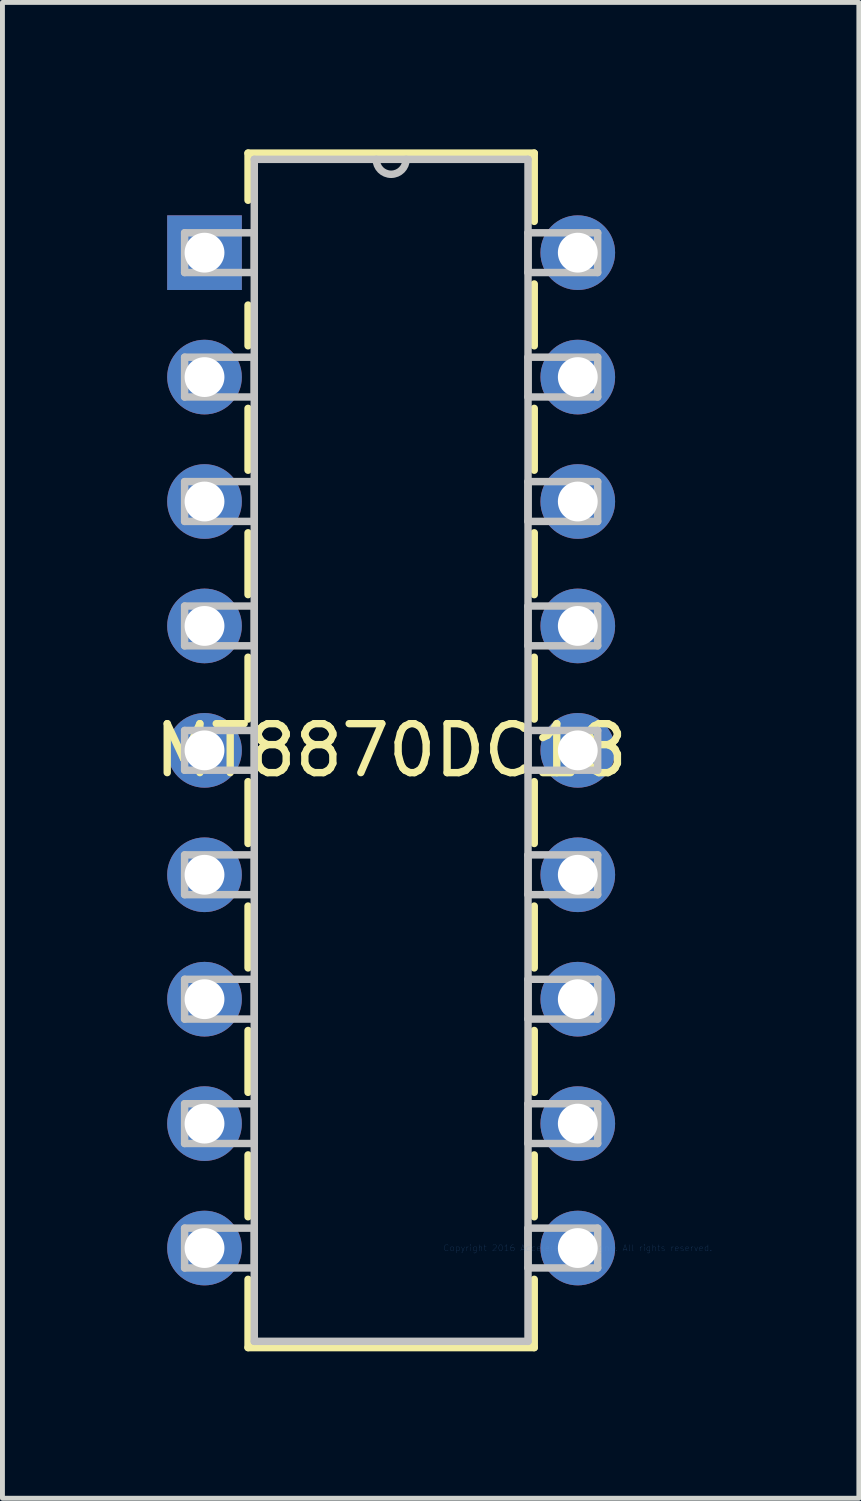
<source format=kicad_pcb>
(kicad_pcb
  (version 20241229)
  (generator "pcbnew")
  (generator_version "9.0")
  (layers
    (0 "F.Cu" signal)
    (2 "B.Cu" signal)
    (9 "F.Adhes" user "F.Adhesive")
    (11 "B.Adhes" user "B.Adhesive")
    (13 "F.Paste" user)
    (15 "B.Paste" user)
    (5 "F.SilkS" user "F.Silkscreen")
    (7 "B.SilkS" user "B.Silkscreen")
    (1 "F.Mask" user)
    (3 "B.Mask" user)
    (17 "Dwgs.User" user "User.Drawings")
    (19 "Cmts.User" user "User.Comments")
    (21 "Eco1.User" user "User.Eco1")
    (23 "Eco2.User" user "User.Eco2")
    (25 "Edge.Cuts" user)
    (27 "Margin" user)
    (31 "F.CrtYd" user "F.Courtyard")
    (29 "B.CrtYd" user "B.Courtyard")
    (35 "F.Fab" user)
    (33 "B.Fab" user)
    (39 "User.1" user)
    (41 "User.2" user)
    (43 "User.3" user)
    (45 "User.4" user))
  (footprint "MT8870DC18"
    (layer "F.Cu")
    (at 8.745 22.428)
    (property "Reference" "MT8870DC18" (at -3.81 -10.16 0) (layer "F.SilkS") (effects (font (size 1 1) (thickness 0.15))))
    (attr through_hole)
    (fp_line (start -6.731 -22.352) (end -6.731 -21.39) (stroke (width 0.152) (type solid)) (layer "F.SilkS"))
    (fp_line (start -6.731 -19.25) (end -6.731 -18.419) (stroke (width 0.152) (type solid)) (layer "F.SilkS"))
    (fp_line (start -6.731 -17.141) (end -6.731 -15.879) (stroke (width 0.152) (type solid)) (layer "F.SilkS"))
    (fp_line (start -6.731 -14.601) (end -6.731 -13.339) (stroke (width 0.152) (type solid)) (layer "F.SilkS"))
    (fp_line (start -6.731 -12.061) (end -6.731 -10.799) (stroke (width 0.152) (type solid)) (layer "F.SilkS"))
    (fp_line (start -6.731 -9.521) (end -6.731 -8.259) (stroke (width 0.152) (type solid)) (layer "F.SilkS"))
    (fp_line (start -6.731 -6.981) (end -6.731 -5.719) (stroke (width 0.152) (type solid)) (layer "F.SilkS"))
    (fp_line (start -6.731 -4.441) (end -6.731 -3.179) (stroke (width 0.152) (type solid)) (layer "F.SilkS"))
    (fp_line (start -6.731 -1.901) (end -6.731 -0.639) (stroke (width 0.152) (type solid)) (layer "F.SilkS"))
    (fp_line (start -6.731 0.639) (end -6.731 2.032) (stroke (width 0.152) (type solid)) (layer "F.SilkS"))
    (fp_line (start -6.731 2.032) (end -0.889 2.032) (stroke (width 0.152) (type solid)) (layer "F.SilkS"))
    (fp_line (start -0.889 -22.352) (end -6.731 -22.352) (stroke (width 0.152) (type solid)) (layer "F.SilkS"))
    (fp_line (start -0.889 -20.959) (end -0.889 -22.352) (stroke (width 0.152) (type solid)) (layer "F.SilkS"))
    (fp_line (start -0.889 -18.419) (end -0.889 -19.681) (stroke (width 0.152) (type solid)) (layer "F.SilkS"))
    (fp_line (start -0.889 -15.879) (end -0.889 -17.141) (stroke (width 0.152) (type solid)) (layer "F.SilkS"))
    (fp_line (start -0.889 -13.339) (end -0.889 -14.601) (stroke (width 0.152) (type solid)) (layer "F.SilkS"))
    (fp_line (start -0.889 -10.799) (end -0.889 -12.061) (stroke (width 0.152) (type solid)) (layer "F.SilkS"))
    (fp_line (start -0.889 -8.259) (end -0.889 -9.521) (stroke (width 0.152) (type solid)) (layer "F.SilkS"))
    (fp_line (start -0.889 -5.719) (end -0.889 -6.981) (stroke (width 0.152) (type solid)) (layer "F.SilkS"))
    (fp_line (start -0.889 -3.179) (end -0.889 -4.441) (stroke (width 0.152) (type solid)) (layer "F.SilkS"))
    (fp_line (start -0.889 -0.639) (end -0.889 -1.901) (stroke (width 0.152) (type solid)) (layer "F.SilkS"))
    (fp_line (start -0.889 2.032) (end -0.889 0.639) (stroke (width 0.152) (type solid)) (layer "F.SilkS"))
    (fp_line (start -8.026 -20.726) (end -8.026 -19.914) (stroke (width 0.152) (type solid)) (layer "Dwgs.User"))
    (fp_line (start -8.026 -19.914) (end -6.604 -19.914) (stroke (width 0.152) (type solid)) (layer "Dwgs.User"))
    (fp_line (start -8.026 -18.186) (end -8.026 -17.374) (stroke (width 0.152) (type solid)) (layer "Dwgs.User"))
    (fp_line (start -8.026 -17.374) (end -6.604 -17.374) (stroke (width 0.152) (type solid)) (layer "Dwgs.User"))
    (fp_line (start -8.026 -15.646) (end -8.026 -14.834) (stroke (width 0.152) (type solid)) (layer "Dwgs.User"))
    (fp_line (start -8.026 -14.834) (end -6.604 -14.834) (stroke (width 0.152) (type solid)) (layer "Dwgs.User"))
    (fp_line (start -8.026 -13.106) (end -8.026 -12.294) (stroke (width 0.152) (type solid)) (layer "Dwgs.User"))
    (fp_line (start -8.026 -12.294) (end -6.604 -12.294) (stroke (width 0.152) (type solid)) (layer "Dwgs.User"))
    (fp_line (start -8.026 -10.566) (end -8.026 -9.754) (stroke (width 0.152) (type solid)) (layer "Dwgs.User"))
    (fp_line (start -8.026 -9.754) (end -6.604 -9.754) (stroke (width 0.152) (type solid)) (layer "Dwgs.User"))
    (fp_line (start -8.026 -8.026) (end -8.026 -7.214) (stroke (width 0.152) (type solid)) (layer "Dwgs.User"))
    (fp_line (start -8.026 -7.214) (end -6.604 -7.214) (stroke (width 0.152) (type solid)) (layer "Dwgs.User"))
    (fp_line (start -8.026 -5.486) (end -8.026 -4.674) (stroke (width 0.152) (type solid)) (layer "Dwgs.User"))
    (fp_line (start -8.026 -4.674) (end -6.604 -4.674) (stroke (width 0.152) (type solid)) (layer "Dwgs.User"))
    (fp_line (start -8.026 -2.946) (end -8.026 -2.134) (stroke (width 0.152) (type solid)) (layer "Dwgs.User"))
    (fp_line (start -8.026 -2.134) (end -6.604 -2.134) (stroke (width 0.152) (type solid)) (layer "Dwgs.User"))
    (fp_line (start -8.026 -0.406) (end -8.026 0.406) (stroke (width 0.152) (type solid)) (layer "Dwgs.User"))
    (fp_line (start -8.026 0.406) (end -6.604 0.406) (stroke (width 0.152) (type solid)) (layer "Dwgs.User"))
    (fp_line (start -6.604 -22.225) (end -6.604 1.905) (stroke (width 0.152) (type solid)) (layer "Dwgs.User"))
    (fp_line (start -6.604 -20.726) (end -8.026 -20.726) (stroke (width 0.152) (type solid)) (layer "Dwgs.User"))
    (fp_line (start -6.604 -19.914) (end -6.604 -20.726) (stroke (width 0.152) (type solid)) (layer "Dwgs.User"))
    (fp_line (start -6.604 -18.186) (end -8.026 -18.186) (stroke (width 0.152) (type solid)) (layer "Dwgs.User"))
    (fp_line (start -6.604 -17.374) (end -6.604 -18.186) (stroke (width 0.152) (type solid)) (layer "Dwgs.User"))
    (fp_line (start -6.604 -15.646) (end -8.026 -15.646) (stroke (width 0.152) (type solid)) (layer "Dwgs.User"))
    (fp_line (start -6.604 -14.834) (end -6.604 -15.646) (stroke (width 0.152) (type solid)) (layer "Dwgs.User"))
    (fp_line (start -6.604 -13.106) (end -8.026 -13.106) (stroke (width 0.152) (type solid)) (layer "Dwgs.User"))
    (fp_line (start -6.604 -12.294) (end -6.604 -13.106) (stroke (width 0.152) (type solid)) (layer "Dwgs.User"))
    (fp_line (start -6.604 -10.566) (end -8.026 -10.566) (stroke (width 0.152) (type solid)) (layer "Dwgs.User"))
    (fp_line (start -6.604 -9.754) (end -6.604 -10.566) (stroke (width 0.152) (type solid)) (layer "Dwgs.User"))
    (fp_line (start -6.604 -8.026) (end -8.026 -8.026) (stroke (width 0.152) (type solid)) (layer "Dwgs.User"))
    (fp_line (start -6.604 -7.214) (end -6.604 -8.026) (stroke (width 0.152) (type solid)) (layer "Dwgs.User"))
    (fp_line (start -6.604 -5.486) (end -8.026 -5.486) (stroke (width 0.152) (type solid)) (layer "Dwgs.User"))
    (fp_line (start -6.604 -4.674) (end -6.604 -5.486) (stroke (width 0.152) (type solid)) (layer "Dwgs.User"))
    (fp_line (start -6.604 -2.946) (end -8.026 -2.946) (stroke (width 0.152) (type solid)) (layer "Dwgs.User"))
    (fp_line (start -6.604 -2.134) (end -6.604 -2.946) (stroke (width 0.152) (type solid)) (layer "Dwgs.User"))
    (fp_line (start -6.604 -0.406) (end -8.026 -0.406) (stroke (width 0.152) (type solid)) (layer "Dwgs.User"))
    (fp_line (start -6.604 0.406) (end -6.604 -0.406) (stroke (width 0.152) (type solid)) (layer "Dwgs.User"))
    (fp_line (start -6.604 1.905) (end -1.016 1.905) (stroke (width 0.152) (type solid)) (layer "Dwgs.User"))
    (fp_line (start -1.016 -22.225) (end -6.604 -22.225) (stroke (width 0.152) (type solid)) (layer "Dwgs.User"))
    (fp_line (start -1.016 -20.726) (end -1.016 -19.914) (stroke (width 0.152) (type solid)) (layer "Dwgs.User"))
    (fp_line (start -1.016 -19.914) (end 0.406 -19.914) (stroke (width 0.152) (type solid)) (layer "Dwgs.User"))
    (fp_line (start -1.016 -18.186) (end -1.016 -17.374) (stroke (width 0.152) (type solid)) (layer "Dwgs.User"))
    (fp_line (start -1.016 -17.374) (end 0.406 -17.374) (stroke (width 0.152) (type solid)) (layer "Dwgs.User"))
    (fp_line (start -1.016 -15.646) (end -1.016 -14.834) (stroke (width 0.152) (type solid)) (layer "Dwgs.User"))
    (fp_line (start -1.016 -14.834) (end 0.406 -14.834) (stroke (width 0.152) (type solid)) (layer "Dwgs.User"))
    (fp_line (start -1.016 -13.106) (end -1.016 -12.294) (stroke (width 0.152) (type solid)) (layer "Dwgs.User"))
    (fp_line (start -1.016 -12.294) (end 0.406 -12.294) (stroke (width 0.152) (type solid)) (layer "Dwgs.User"))
    (fp_line (start -1.016 -10.566) (end -1.016 -9.754) (stroke (width 0.152) (type solid)) (layer "Dwgs.User"))
    (fp_line (start -1.016 -9.754) (end 0.406 -9.754) (stroke (width 0.152) (type solid)) (layer "Dwgs.User"))
    (fp_line (start -1.016 -8.026) (end -1.016 -7.214) (stroke (width 0.152) (type solid)) (layer "Dwgs.User"))
    (fp_line (start -1.016 -7.214) (end 0.406 -7.214) (stroke (width 0.152) (type solid)) (layer "Dwgs.User"))
    (fp_line (start -1.016 -5.486) (end -1.016 -4.674) (stroke (width 0.152) (type solid)) (layer "Dwgs.User"))
    (fp_line (start -1.016 -4.674) (end 0.406 -4.674) (stroke (width 0.152) (type solid)) (layer "Dwgs.User"))
    (fp_line (start -1.016 -2.946) (end -1.016 -2.134) (stroke (width 0.152) (type solid)) (layer "Dwgs.User"))
    (fp_line (start -1.016 -2.134) (end 0.406 -2.134) (stroke (width 0.152) (type solid)) (layer "Dwgs.User"))
    (fp_line (start -1.016 -0.406) (end -1.016 0.406) (stroke (width 0.152) (type solid)) (layer "Dwgs.User"))
    (fp_line (start -1.016 0.406) (end 0.406 0.406) (stroke (width 0.152) (type solid)) (layer "Dwgs.User"))
    (fp_line (start -1.016 1.905) (end -1.016 -22.225) (stroke (width 0.152) (type solid)) (layer "Dwgs.User"))
    (fp_line (start 0.406 -20.726) (end -1.016 -20.726) (stroke (width 0.152) (type solid)) (layer "Dwgs.User"))
    (fp_line (start 0.406 -19.914) (end 0.406 -20.726) (stroke (width 0.152) (type solid)) (layer "Dwgs.User"))
    (fp_line (start 0.406 -18.186) (end -1.016 -18.186) (stroke (width 0.152) (type solid)) (layer "Dwgs.User"))
    (fp_line (start 0.406 -17.374) (end 0.406 -18.186) (stroke (width 0.152) (type solid)) (layer "Dwgs.User"))
    (fp_line (start 0.406 -15.646) (end -1.016 -15.646) (stroke (width 0.152) (type solid)) (layer "Dwgs.User"))
    (fp_line (start 0.406 -14.834) (end 0.406 -15.646) (stroke (width 0.152) (type solid)) (layer "Dwgs.User"))
    (fp_line (start 0.406 -13.106) (end -1.016 -13.106) (stroke (width 0.152) (type solid)) (layer "Dwgs.User"))
    (fp_line (start 0.406 -12.294) (end 0.406 -13.106) (stroke (width 0.152) (type solid)) (layer "Dwgs.User"))
    (fp_line (start 0.406 -10.566) (end -1.016 -10.566) (stroke (width 0.152) (type solid)) (layer "Dwgs.User"))
    (fp_line (start 0.406 -9.754) (end 0.406 -10.566) (stroke (width 0.152) (type solid)) (layer "Dwgs.User"))
    (fp_line (start 0.406 -8.026) (end -1.016 -8.026) (stroke (width 0.152) (type solid)) (layer "Dwgs.User"))
    (fp_line (start 0.406 -7.214) (end 0.406 -8.026) (stroke (width 0.152) (type solid)) (layer "Dwgs.User"))
    (fp_line (start 0.406 -5.486) (end -1.016 -5.486) (stroke (width 0.152) (type solid)) (layer "Dwgs.User"))
    (fp_line (start 0.406 -4.674) (end 0.406 -5.486) (stroke (width 0.152) (type solid)) (layer "Dwgs.User"))
    (fp_line (start 0.406 -2.946) (end -1.016 -2.946) (stroke (width 0.152) (type solid)) (layer "Dwgs.User"))
    (fp_line (start 0.406 -2.134) (end 0.406 -2.946) (stroke (width 0.152) (type solid)) (layer "Dwgs.User"))
    (fp_line (start 0.406 -0.406) (end -1.016 -0.406) (stroke (width 0.152) (type solid)) (layer "Dwgs.User"))
    (fp_line (start 0.406 0.406) (end 0.406 -0.406) (stroke (width 0.152) (type solid)) (layer "Dwgs.User"))
    (fp_arc (start -3.5052 -22.225) (mid -3.81 -21.9202) (end -4.1148 -22.225) (stroke (width 0.1524) (type solid)) (layer "Dwgs.User"))
    (fp_text user "Copyright 2016 Accelerated Designs. All rights reserved." (at 0 0 0) (layer "Cmts.User") (effects (font (size 0.127 0.127) (thickness 0.002))))
    (pad "1" thru_hole rect (at -7.62 -20.32) (size 1.524 1.524) (drill 0.813) (layers "*.Cu" "*.Mask"))
    (pad "2" thru_hole circle (at -7.62 -17.78) (size 1.524 1.524) (drill 0.813) (layers "*.Cu" "*.Mask"))
    (pad "3" thru_hole circle (at -7.62 -15.24) (size 1.524 1.524) (drill 0.813) (layers "*.Cu" "*.Mask"))
    (pad "4" thru_hole circle (at -7.62 -12.7) (size 1.524 1.524) (drill 0.813) (layers "*.Cu" "*.Mask"))
    (pad "5" thru_hole circle (at -7.62 -10.16) (size 1.524 1.524) (drill 0.813) (layers "*.Cu" "*.Mask"))
    (pad "6" thru_hole circle (at -7.62 -7.62) (size 1.524 1.524) (drill 0.813) (layers "*.Cu" "*.Mask"))
    (pad "7" thru_hole circle (at -7.62 -5.08) (size 1.524 1.524) (drill 0.813) (layers "*.Cu" "*.Mask"))
    (pad "8" thru_hole circle (at -7.62 -2.54) (size 1.524 1.524) (drill 0.813) (layers "*.Cu" "*.Mask"))
    (pad "9" thru_hole circle (at -7.62 0) (size 1.524 1.524) (drill 0.813) (layers "*.Cu" "*.Mask"))
    (pad "10" thru_hole circle (at 0 0) (size 1.524 1.524) (drill 0.813) (layers "*.Cu" "*.Mask"))
    (pad "11" thru_hole circle (at 0 -2.54) (size 1.524 1.524) (drill 0.813) (layers "*.Cu" "*.Mask"))
    (pad "12" thru_hole circle (at 0 -5.08) (size 1.524 1.524) (drill 0.813) (layers "*.Cu" "*.Mask"))
    (pad "13" thru_hole circle (at 0 -7.62) (size 1.524 1.524) (drill 0.813) (layers "*.Cu" "*.Mask"))
    (pad "14" thru_hole circle (at 0 -10.16) (size 1.524 1.524) (drill 0.813) (layers "*.Cu" "*.Mask"))
    (pad "15" thru_hole circle (at 0 -12.7) (size 1.524 1.524) (drill 0.813) (layers "*.Cu" "*.Mask"))
    (pad "16" thru_hole circle (at 0 -15.24) (size 1.524 1.524) (drill 0.813) (layers "*.Cu" "*.Mask"))
    (pad "17" thru_hole circle (at 0 -17.78) (size 1.524 1.524) (drill 0.813) (layers "*.Cu" "*.Mask"))
    (pad "18" thru_hole circle (at 0 -20.32) (size 1.524 1.524) (drill 0.813) (layers "*.Cu" "*.Mask")))
  (gr_rect
    (start -3 -3)
    (end 14.483 27.536)
    (stroke (width 0.1) (type default))
    (fill no)
    (layer "Edge.Cuts")))
</source>
